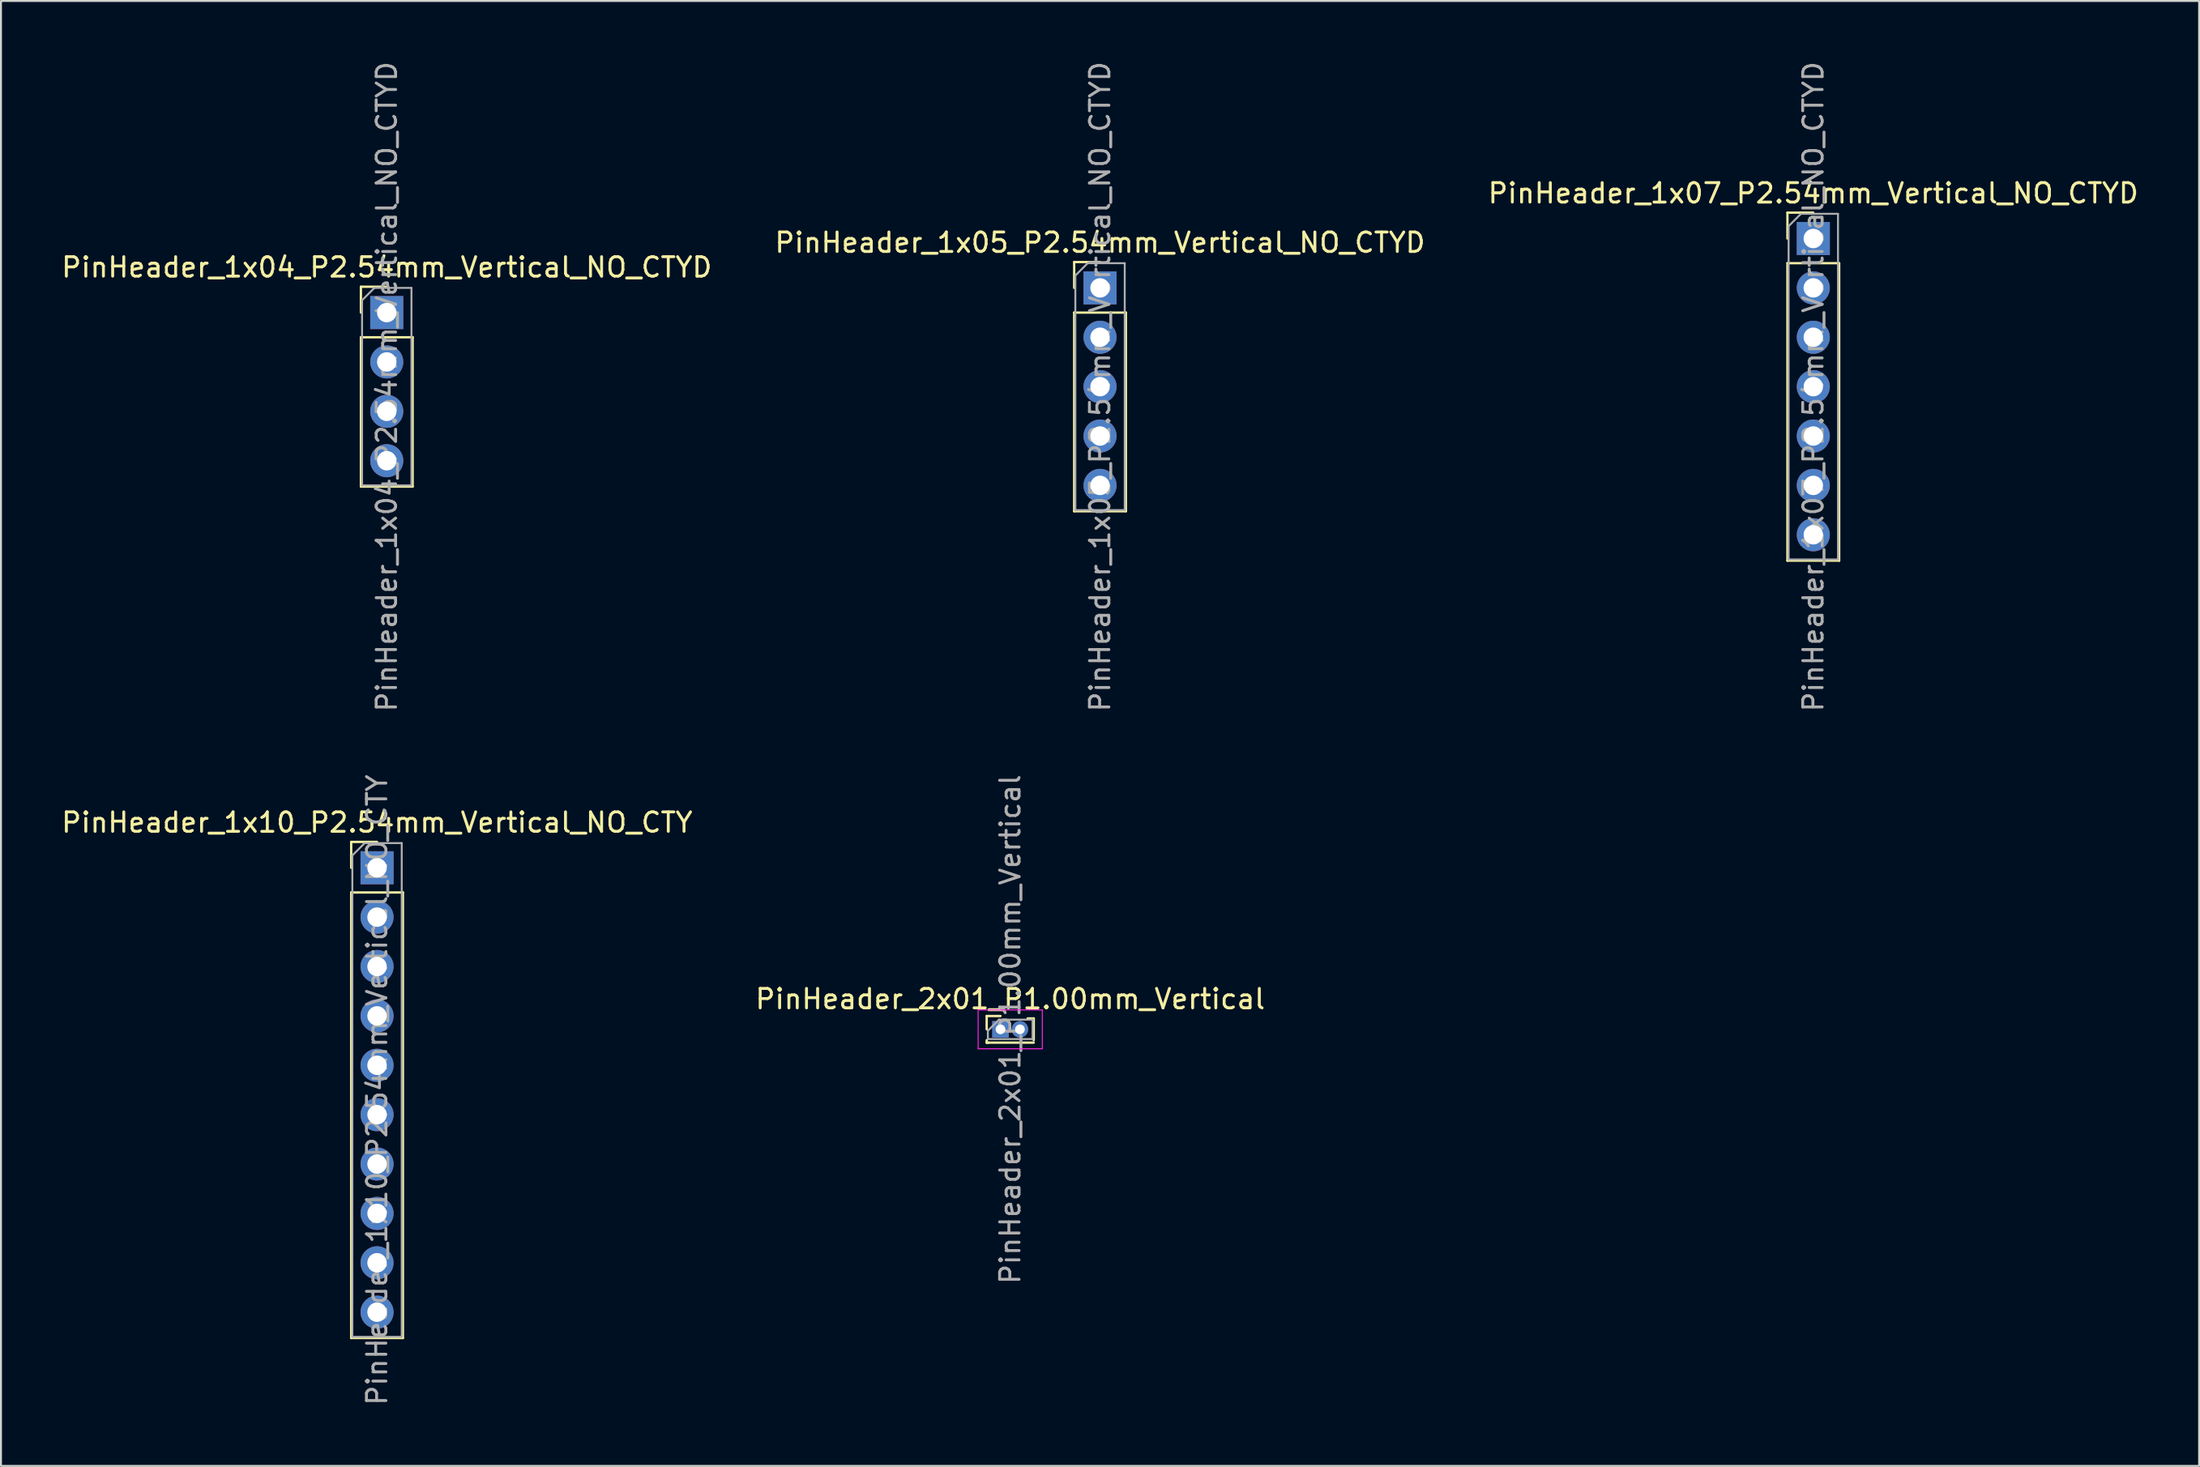
<source format=kicad_pcb>
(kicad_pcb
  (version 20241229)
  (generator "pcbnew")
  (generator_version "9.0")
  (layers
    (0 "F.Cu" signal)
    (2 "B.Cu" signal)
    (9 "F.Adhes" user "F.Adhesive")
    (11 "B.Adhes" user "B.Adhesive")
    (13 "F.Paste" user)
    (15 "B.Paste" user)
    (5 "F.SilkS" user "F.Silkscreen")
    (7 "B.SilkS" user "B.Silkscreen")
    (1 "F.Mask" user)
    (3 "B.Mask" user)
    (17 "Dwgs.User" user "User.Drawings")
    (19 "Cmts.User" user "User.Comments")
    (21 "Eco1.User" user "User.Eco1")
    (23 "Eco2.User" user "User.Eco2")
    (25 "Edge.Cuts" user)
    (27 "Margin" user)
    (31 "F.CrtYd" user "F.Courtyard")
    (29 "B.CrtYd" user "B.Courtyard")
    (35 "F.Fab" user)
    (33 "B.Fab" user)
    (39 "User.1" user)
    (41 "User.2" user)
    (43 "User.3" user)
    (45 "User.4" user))
  (footprint "PinHeader_2x01_P1.00mm_Vertical"
    (layer "F.Cu")
    (at 48.399 49.899)
    (property "Reference" "PinHeader_2x01_P1.00mm_Vertical" (at 0.5 -1.56 0) (layer "F.SilkS") (effects (font (size 1 1) (thickness 0.15))))
    (attr through_hole)
    (fp_line (start -0.71 -0.685) (end 0 -0.685) (stroke (width 0.12) (type solid)) (layer "F.SilkS"))
    (fp_line (start -0.71 0) (end -0.71 -0.685) (stroke (width 0.12) (type solid)) (layer "F.SilkS"))
    (fp_line (start -0.71 0.685) (end -0.71 0.56) (stroke (width 0.12) (type solid)) (layer "F.SilkS"))
    (fp_line (start -0.71 0.685) (end -0.608 0.685) (stroke (width 0.12) (type solid)) (layer "F.SilkS"))
    (fp_line (start -0.71 0.685) (end 1.71 0.685) (stroke (width 0.12) (type solid)) (layer "F.SilkS"))
    (fp_line (start 1.394 -0.56) (end 1.71 -0.56) (stroke (width 0.12) (type solid)) (layer "F.SilkS"))
    (fp_line (start 1.71 -0.56) (end 1.71 0.56) (stroke (width 0.12) (type solid)) (layer "F.SilkS"))
    (fp_line (start -1.15 -1) (end -1.15 1) (stroke (width 0.05) (type solid)) (layer "F.CrtYd"))
    (fp_line (start -1.15 1) (end 2.15 1) (stroke (width 0.05) (type solid)) (layer "F.CrtYd"))
    (fp_line (start 2.15 -1) (end -1.15 -1) (stroke (width 0.05) (type solid)) (layer "F.CrtYd"))
    (fp_line (start 2.15 1) (end 2.15 -1) (stroke (width 0.05) (type solid)) (layer "F.CrtYd"))
    (fp_line (start -0.65 0.075) (end -0.075 -0.5) (stroke (width 0.1) (type solid)) (layer "F.Fab"))
    (fp_line (start -0.65 0.5) (end -0.65 0.075) (stroke (width 0.1) (type solid)) (layer "F.Fab"))
    (fp_line (start -0.075 -0.5) (end 1.65 -0.5) (stroke (width 0.1) (type solid)) (layer "F.Fab"))
    (fp_line (start 1.65 -0.5) (end 1.65 0.5) (stroke (width 0.1) (type solid)) (layer "F.Fab"))
    (fp_line (start 1.65 0.5) (end -0.65 0.5) (stroke (width 0.1) (type solid)) (layer "F.Fab"))
    (fp_text user "${REFERENCE}" (at 0.5 0 90) (layer "F.Fab") (effects (font (size 1 1) (thickness 0.15))))
    (pad "1" thru_hole rect (at 0 0) (size 0.85 0.85) (drill 0.5) (layers "*.Cu" "*.Mask"))
    (pad "2" thru_hole oval (at 1 0) (size 0.85 0.85) (drill 0.5) (layers "*.Cu" "*.Mask")))
  (footprint "PinHeader_1x05_P2.54mm_Vertical_NO_CTYD"
    (layer "F.Cu")
    (at 53.518 11.759)
    (property "Reference" "PinHeader_1x05_P2.54mm_Vertical_NO_CTYD" (at 0 -2.33 0) (layer "F.SilkS") (effects (font (size 1 1) (thickness 0.15))))
    (attr through_hole)
    (fp_line (start -1.33 -1.33) (end 0 -1.33) (stroke (width 0.12) (type solid)) (layer "F.SilkS"))
    (fp_line (start -1.33 0) (end -1.33 -1.33) (stroke (width 0.12) (type solid)) (layer "F.SilkS"))
    (fp_line (start -1.33 1.27) (end -1.33 11.49) (stroke (width 0.12) (type solid)) (layer "F.SilkS"))
    (fp_line (start -1.33 1.27) (end 1.33 1.27) (stroke (width 0.12) (type solid)) (layer "F.SilkS"))
    (fp_line (start -1.33 11.49) (end 1.33 11.49) (stroke (width 0.12) (type solid)) (layer "F.SilkS"))
    (fp_line (start 1.33 1.27) (end 1.33 11.49) (stroke (width 0.12) (type solid)) (layer "F.SilkS"))
    (fp_line (start -1.27 -0.635) (end -0.635 -1.27) (stroke (width 0.1) (type solid)) (layer "F.Fab"))
    (fp_line (start -1.27 11.43) (end -1.27 -0.635) (stroke (width 0.1) (type solid)) (layer "F.Fab"))
    (fp_line (start -0.635 -1.27) (end 1.27 -1.27) (stroke (width 0.1) (type solid)) (layer "F.Fab"))
    (fp_line (start 1.27 -1.27) (end 1.27 11.43) (stroke (width 0.1) (type solid)) (layer "F.Fab"))
    (fp_line (start 1.27 11.43) (end -1.27 11.43) (stroke (width 0.1) (type solid)) (layer "F.Fab"))
    (fp_text user "${REFERENCE}" (at 0 5.08 90) (layer "F.Fab") (effects (font (size 1 1) (thickness 0.15))))
    (pad "1" thru_hole rect (at 0 0) (size 1.7 1.7) (drill 1) (layers "*.Cu" "*.Mask"))
    (pad "2" thru_hole oval (at 0 2.54) (size 1.7 1.7) (drill 1) (layers "*.Cu" "*.Mask"))
    (pad "3" thru_hole oval (at 0 5.08) (size 1.7 1.7) (drill 1) (layers "*.Cu" "*.Mask"))
    (pad "4" thru_hole oval (at 0 7.62) (size 1.7 1.7) (drill 1) (layers "*.Cu" "*.Mask"))
    (pad "5" thru_hole oval (at 0 10.16) (size 1.7 1.7) (drill 1) (layers "*.Cu" "*.Mask")))
  (footprint "PinHeader_1x10_P2.54mm_Vertical_NO_CTY"
    (layer "F.Cu")
    (at 16.339 41.588)
    (property "Reference" "PinHeader_1x10_P2.54mm_Vertical_NO_CTY" (at 0 -2.33 0) (layer "F.SilkS") (effects (font (size 1 1) (thickness 0.15))))
    (attr through_hole)
    (fp_line (start -1.33 -1.33) (end 0 -1.33) (stroke (width 0.12) (type solid)) (layer "F.SilkS"))
    (fp_line (start -1.33 0) (end -1.33 -1.33) (stroke (width 0.12) (type solid)) (layer "F.SilkS"))
    (fp_line (start -1.33 1.27) (end -1.33 24.19) (stroke (width 0.12) (type solid)) (layer "F.SilkS"))
    (fp_line (start -1.33 1.27) (end 1.33 1.27) (stroke (width 0.12) (type solid)) (layer "F.SilkS"))
    (fp_line (start -1.33 24.19) (end 1.33 24.19) (stroke (width 0.12) (type solid)) (layer "F.SilkS"))
    (fp_line (start 1.33 1.27) (end 1.33 24.19) (stroke (width 0.12) (type solid)) (layer "F.SilkS"))
    (fp_line (start -1.27 -0.635) (end -0.635 -1.27) (stroke (width 0.1) (type solid)) (layer "F.Fab"))
    (fp_line (start -1.27 24.13) (end -1.27 -0.635) (stroke (width 0.1) (type solid)) (layer "F.Fab"))
    (fp_line (start -0.635 -1.27) (end 1.27 -1.27) (stroke (width 0.1) (type solid)) (layer "F.Fab"))
    (fp_line (start 1.27 -1.27) (end 1.27 24.13) (stroke (width 0.1) (type solid)) (layer "F.Fab"))
    (fp_line (start 1.27 24.13) (end -1.27 24.13) (stroke (width 0.1) (type solid)) (layer "F.Fab"))
    (fp_text user "${REFERENCE}" (at 0 11.43 90) (layer "F.Fab") (effects (font (size 1 1) (thickness 0.15))))
    (pad "1" thru_hole rect (at 0 0) (size 1.7 1.7) (drill 1) (layers "*.Cu" "*.Mask"))
    (pad "2" thru_hole oval (at 0 2.54) (size 1.7 1.7) (drill 1) (layers "*.Cu" "*.Mask"))
    (pad "3" thru_hole oval (at 0 5.08) (size 1.7 1.7) (drill 1) (layers "*.Cu" "*.Mask"))
    (pad "4" thru_hole oval (at 0 7.62) (size 1.7 1.7) (drill 1) (layers "*.Cu" "*.Mask"))
    (pad "5" thru_hole oval (at 0 10.16) (size 1.7 1.7) (drill 1) (layers "*.Cu" "*.Mask"))
    (pad "6" thru_hole oval (at 0 12.7) (size 1.7 1.7) (drill 1) (layers "*.Cu" "*.Mask"))
    (pad "7" thru_hole oval (at 0 15.24) (size 1.7 1.7) (drill 1) (layers "*.Cu" "*.Mask"))
    (pad "8" thru_hole oval (at 0 17.78) (size 1.7 1.7) (drill 1) (layers "*.Cu" "*.Mask"))
    (pad "9" thru_hole oval (at 0 20.32) (size 1.7 1.7) (drill 1) (layers "*.Cu" "*.Mask"))
    (pad "10" thru_hole oval (at 0 22.86) (size 1.7 1.7) (drill 1) (layers "*.Cu" "*.Mask")))
  (footprint "PinHeader_1x07_P2.54mm_Vertical_NO_CTYD"
    (layer "F.Cu")
    (at 90.196 9.219)
    (property "Reference" "PinHeader_1x07_P2.54mm_Vertical_NO_CTYD" (at 0 -2.33 0) (layer "F.SilkS") (effects (font (size 1 1) (thickness 0.15))))
    (attr through_hole)
    (fp_line (start -1.33 -1.33) (end 0 -1.33) (stroke (width 0.12) (type solid)) (layer "F.SilkS"))
    (fp_line (start -1.33 0) (end -1.33 -1.33) (stroke (width 0.12) (type solid)) (layer "F.SilkS"))
    (fp_line (start -1.33 1.27) (end -1.33 16.57) (stroke (width 0.12) (type solid)) (layer "F.SilkS"))
    (fp_line (start -1.33 1.27) (end 1.33 1.27) (stroke (width 0.12) (type solid)) (layer "F.SilkS"))
    (fp_line (start -1.33 16.57) (end 1.33 16.57) (stroke (width 0.12) (type solid)) (layer "F.SilkS"))
    (fp_line (start 1.33 1.27) (end 1.33 16.57) (stroke (width 0.12) (type solid)) (layer "F.SilkS"))
    (fp_line (start -1.27 -0.635) (end -0.635 -1.27) (stroke (width 0.1) (type solid)) (layer "F.Fab"))
    (fp_line (start -1.27 16.51) (end -1.27 -0.635) (stroke (width 0.1) (type solid)) (layer "F.Fab"))
    (fp_line (start -0.635 -1.27) (end 1.27 -1.27) (stroke (width 0.1) (type solid)) (layer "F.Fab"))
    (fp_line (start 1.27 -1.27) (end 1.27 16.51) (stroke (width 0.1) (type solid)) (layer "F.Fab"))
    (fp_line (start 1.27 16.51) (end -1.27 16.51) (stroke (width 0.1) (type solid)) (layer "F.Fab"))
    (fp_text user "${REFERENCE}" (at 0 7.62 90) (layer "F.Fab") (effects (font (size 1 1) (thickness 0.15))))
    (pad "1" thru_hole rect (at 0 0) (size 1.7 1.7) (drill 1) (layers "*.Cu" "*.Mask"))
    (pad "2" thru_hole oval (at 0 2.54) (size 1.7 1.7) (drill 1) (layers "*.Cu" "*.Mask"))
    (pad "3" thru_hole oval (at 0 5.08) (size 1.7 1.7) (drill 1) (layers "*.Cu" "*.Mask"))
    (pad "4" thru_hole oval (at 0 7.62) (size 1.7 1.7) (drill 1) (layers "*.Cu" "*.Mask"))
    (pad "5" thru_hole oval (at 0 10.16) (size 1.7 1.7) (drill 1) (layers "*.Cu" "*.Mask"))
    (pad "6" thru_hole oval (at 0 12.7) (size 1.7 1.7) (drill 1) (layers "*.Cu" "*.Mask"))
    (pad "7" thru_hole oval (at 0 15.24) (size 1.7 1.7) (drill 1) (layers "*.Cu" "*.Mask")))
  (footprint "PinHeader_1x04_P2.54mm_Vertical_NO_CTYD"
    (layer "F.Cu")
    (at 16.839 13.029)
    (property "Reference" "PinHeader_1x04_P2.54mm_Vertical_NO_CTYD" (at 0 -2.33 0) (layer "F.SilkS") (effects (font (size 1 1) (thickness 0.15))))
    (attr through_hole)
    (fp_line (start -1.33 -1.33) (end 0 -1.33) (stroke (width 0.12) (type solid)) (layer "F.SilkS"))
    (fp_line (start -1.33 0) (end -1.33 -1.33) (stroke (width 0.12) (type solid)) (layer "F.SilkS"))
    (fp_line (start -1.33 1.27) (end -1.33 8.95) (stroke (width 0.12) (type solid)) (layer "F.SilkS"))
    (fp_line (start -1.33 1.27) (end 1.33 1.27) (stroke (width 0.12) (type solid)) (layer "F.SilkS"))
    (fp_line (start -1.33 8.95) (end 1.33 8.95) (stroke (width 0.12) (type solid)) (layer "F.SilkS"))
    (fp_line (start 1.33 1.27) (end 1.33 8.95) (stroke (width 0.12) (type solid)) (layer "F.SilkS"))
    (fp_line (start -1.27 -0.635) (end -0.635 -1.27) (stroke (width 0.1) (type solid)) (layer "F.Fab"))
    (fp_line (start -1.27 8.89) (end -1.27 -0.635) (stroke (width 0.1) (type solid)) (layer "F.Fab"))
    (fp_line (start -0.635 -1.27) (end 1.27 -1.27) (stroke (width 0.1) (type solid)) (layer "F.Fab"))
    (fp_line (start 1.27 -1.27) (end 1.27 8.89) (stroke (width 0.1) (type solid)) (layer "F.Fab"))
    (fp_line (start 1.27 8.89) (end -1.27 8.89) (stroke (width 0.1) (type solid)) (layer "F.Fab"))
    (fp_text user "${REFERENCE}" (at 0 3.81 90) (layer "F.Fab") (effects (font (size 1 1) (thickness 0.15))))
    (pad "1" thru_hole rect (at 0 0) (size 1.7 1.7) (drill 1) (layers "*.Cu" "*.Mask"))
    (pad "2" thru_hole oval (at 0 2.54) (size 1.7 1.7) (drill 1) (layers "*.Cu" "*.Mask"))
    (pad "3" thru_hole oval (at 0 5.08) (size 1.7 1.7) (drill 1) (layers "*.Cu" "*.Mask"))
    (pad "4" thru_hole oval (at 0 7.62) (size 1.7 1.7) (drill 1) (layers "*.Cu" "*.Mask")))
  (gr_rect
    (start -3 -3)
    (end 110.036 72.357)
    (stroke (width 0.1) (type default))
    (fill no)
    (layer "Edge.Cuts")))
</source>
